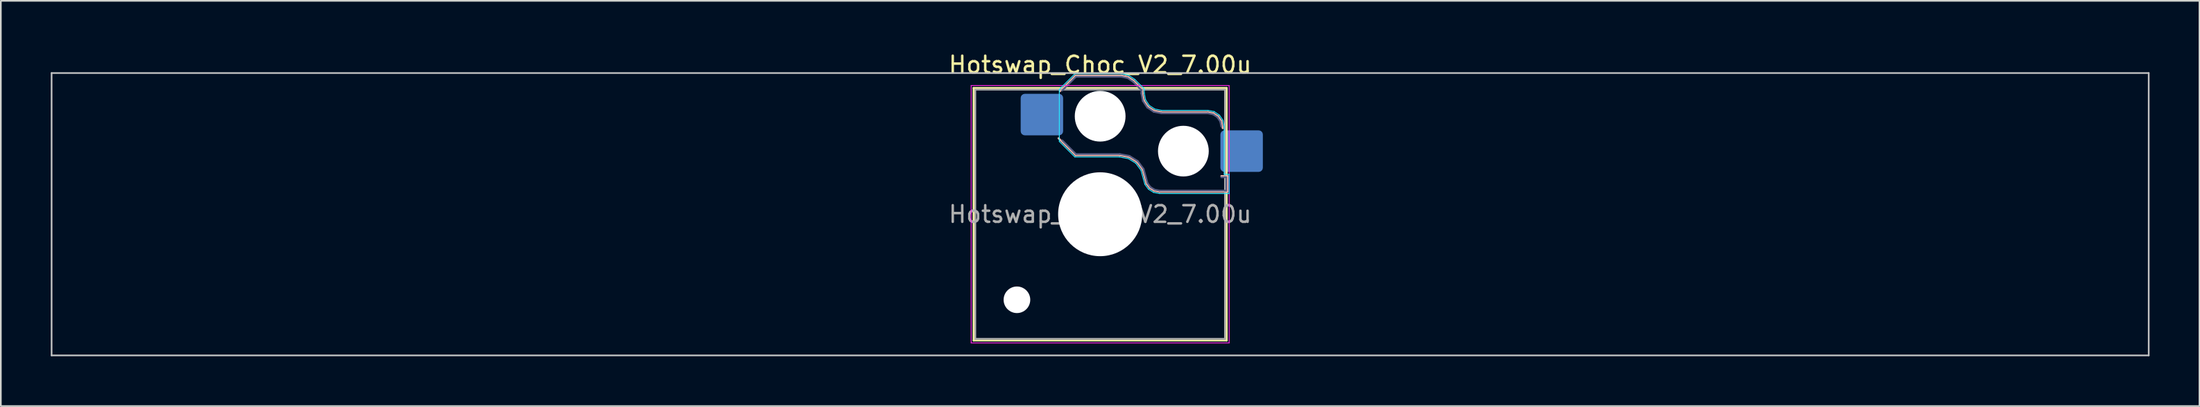
<source format=kicad_pcb>
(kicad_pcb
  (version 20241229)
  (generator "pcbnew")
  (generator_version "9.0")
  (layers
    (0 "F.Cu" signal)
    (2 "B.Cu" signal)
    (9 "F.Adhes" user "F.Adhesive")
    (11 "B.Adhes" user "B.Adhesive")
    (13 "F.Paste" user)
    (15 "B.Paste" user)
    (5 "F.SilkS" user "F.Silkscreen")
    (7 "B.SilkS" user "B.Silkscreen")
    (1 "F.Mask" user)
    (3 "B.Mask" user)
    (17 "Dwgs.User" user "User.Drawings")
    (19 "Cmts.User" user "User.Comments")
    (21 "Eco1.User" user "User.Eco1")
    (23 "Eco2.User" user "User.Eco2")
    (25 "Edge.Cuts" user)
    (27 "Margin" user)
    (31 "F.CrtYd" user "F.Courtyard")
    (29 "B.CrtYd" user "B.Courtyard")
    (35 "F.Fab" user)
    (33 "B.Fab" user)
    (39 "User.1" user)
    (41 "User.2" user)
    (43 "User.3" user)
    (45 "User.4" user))
  (footprint "Hotswap_Choc_V2_7.00u"
    (layer "F.Cu")
    (at 63.05 9.848)
    (property "Reference" "Hotswap_Choc_V2_7.00u" (at 0 -9 0) (layer "F.SilkS") (effects (font (size 1 1) (thickness 0.15))))
    (attr smd)
    (fp_line (start -7.6 -7.6) (end -7.6 7.6) (stroke (width 0.12) (type solid)) (layer "F.SilkS"))
    (fp_line (start -7.6 7.6) (end 7.6 7.6) (stroke (width 0.12) (type solid)) (layer "F.SilkS"))
    (fp_line (start 7.6 -7.6) (end -7.6 -7.6) (stroke (width 0.12) (type solid)) (layer "F.SilkS"))
    (fp_line (start 7.6 7.6) (end 7.6 -7.6) (stroke (width 0.12) (type solid)) (layer "F.SilkS"))
    (fp_line (start -2.416 -7.409) (end -1.479 -8.346) (stroke (width 0.12) (type solid)) (layer "B.SilkS"))
    (fp_line (start -1.479 -8.346) (end 1.268 -8.346) (stroke (width 0.12) (type solid)) (layer "B.SilkS"))
    (fp_line (start -1.479 -3.554) (end -2.5 -4.575) (stroke (width 0.12) (type solid)) (layer "B.SilkS"))
    (fp_line (start 1.168 -3.554) (end -1.479 -3.554) (stroke (width 0.12) (type solid)) (layer "B.SilkS"))
    (fp_line (start 1.268 -8.346) (end 1.671 -8.266) (stroke (width 0.12) (type solid)) (layer "B.SilkS"))
    (fp_line (start 1.671 -8.266) (end 2.013 -8.037) (stroke (width 0.12) (type solid)) (layer "B.SilkS"))
    (fp_line (start 1.73 -3.449) (end 1.168 -3.554) (stroke (width 0.12) (type solid)) (layer "B.SilkS"))
    (fp_line (start 2.013 -8.037) (end 2.546 -7.504) (stroke (width 0.12) (type solid)) (layer "B.SilkS"))
    (fp_line (start 2.209 -3.15) (end 1.73 -3.449) (stroke (width 0.12) (type solid)) (layer "B.SilkS"))
    (fp_line (start 2.546 -7.504) (end 2.546 -7.282) (stroke (width 0.12) (type solid)) (layer "B.SilkS"))
    (fp_line (start 2.546 -7.282) (end 2.633 -6.844) (stroke (width 0.12) (type solid)) (layer "B.SilkS"))
    (fp_line (start 2.547 -2.697) (end 2.209 -3.15) (stroke (width 0.12) (type solid)) (layer "B.SilkS"))
    (fp_line (start 2.633 -6.844) (end 2.877 -6.477) (stroke (width 0.12) (type solid)) (layer "B.SilkS"))
    (fp_line (start 2.701 -2.139) (end 2.547 -2.697) (stroke (width 0.12) (type solid)) (layer "B.SilkS"))
    (fp_line (start 2.783 -1.841) (end 2.701 -2.139) (stroke (width 0.12) (type solid)) (layer "B.SilkS"))
    (fp_line (start 2.877 -6.477) (end 3.244 -6.233) (stroke (width 0.12) (type solid)) (layer "B.SilkS"))
    (fp_line (start 2.976 -1.583) (end 2.783 -1.841) (stroke (width 0.12) (type solid)) (layer "B.SilkS"))
    (fp_line (start 3.244 -6.233) (end 3.682 -6.146) (stroke (width 0.12) (type solid)) (layer "B.SilkS"))
    (fp_line (start 3.25 -1.413) (end 2.976 -1.583) (stroke (width 0.12) (type solid)) (layer "B.SilkS"))
    (fp_line (start 3.56 -1.354) (end 3.25 -1.413) (stroke (width 0.12) (type solid)) (layer "B.SilkS"))
    (fp_line (start 3.682 -6.146) (end 6.482 -6.146) (stroke (width 0.12) (type solid)) (layer "B.SilkS"))
    (fp_line (start 6.482 -6.146) (end 6.809 -6.081) (stroke (width 0.12) (type solid)) (layer "B.SilkS"))
    (fp_line (start 6.809 -6.081) (end 7.092 -5.892) (stroke (width 0.12) (type solid)) (layer "B.SilkS"))
    (fp_line (start 7.092 -5.892) (end 7.281 -5.609) (stroke (width 0.12) (type solid)) (layer "B.SilkS"))
    (fp_line (start 7.281 -5.609) (end 7.366 -5.182) (stroke (width 0.12) (type solid)) (layer "B.SilkS"))
    (fp_line (start 7.283 -2.296) (end 7.646 -2.296) (stroke (width 0.12) (type solid)) (layer "B.SilkS"))
    (fp_line (start 7.646 -2.296) (end 7.646 -1.354) (stroke (width 0.12) (type solid)) (layer "B.SilkS"))
    (fp_line (start 7.646 -1.354) (end 3.56 -1.354) (stroke (width 0.12) (type solid)) (layer "B.SilkS"))
    (fp_line (start -63 -8.5) (end -63 8.5) (stroke (width 0.1) (type solid)) (layer "Dwgs.User"))
    (fp_line (start -63 8.5) (end 63 8.5) (stroke (width 0.1) (type solid)) (layer "Dwgs.User"))
    (fp_line (start 63 -8.5) (end -63 -8.5) (stroke (width 0.1) (type solid)) (layer "Dwgs.User"))
    (fp_line (start 63 8.5) (end 63 -8.5) (stroke (width 0.1) (type solid)) (layer "Dwgs.User"))
    (fp_line (start -7.25 -7.25) (end -7.25 7.25) (stroke (width 0.1) (type solid)) (layer "Eco1.User"))
    (fp_line (start -7.25 7.25) (end 7.25 7.25) (stroke (width 0.1) (type solid)) (layer "Eco1.User"))
    (fp_line (start 7.25 -7.25) (end -7.25 -7.25) (stroke (width 0.1) (type solid)) (layer "Eco1.User"))
    (fp_line (start 7.25 7.25) (end 7.25 -7.25) (stroke (width 0.1) (type solid)) (layer "Eco1.User"))
    (fp_line (start -2.452 -7.523) (end -1.523 -8.452) (stroke (width 0.05) (type solid)) (layer "B.CrtYd"))
    (fp_line (start -2.452 -4.377) (end -2.452 -7.523) (stroke (width 0.05) (type solid)) (layer "B.CrtYd"))
    (fp_line (start -1.523 -8.452) (end 1.278 -8.452) (stroke (width 0.05) (type solid)) (layer "B.CrtYd"))
    (fp_line (start -1.523 -3.448) (end -2.452 -4.377) (stroke (width 0.05) (type solid)) (layer "B.CrtYd"))
    (fp_line (start 1.159 -3.448) (end -1.523 -3.448) (stroke (width 0.05) (type solid)) (layer "B.CrtYd"))
    (fp_line (start 1.278 -8.452) (end 1.712 -8.366) (stroke (width 0.05) (type solid)) (layer "B.CrtYd"))
    (fp_line (start 1.691 -3.348) (end 1.159 -3.448) (stroke (width 0.05) (type solid)) (layer "B.CrtYd"))
    (fp_line (start 1.712 -8.366) (end 2.081 -8.119) (stroke (width 0.05) (type solid)) (layer "B.CrtYd"))
    (fp_line (start 2.081 -8.119) (end 2.652 -7.548) (stroke (width 0.05) (type solid)) (layer "B.CrtYd"))
    (fp_line (start 2.136 -3.071) (end 1.691 -3.348) (stroke (width 0.05) (type solid)) (layer "B.CrtYd"))
    (fp_line (start 2.45 -2.65) (end 2.136 -3.071) (stroke (width 0.05) (type solid)) (layer "B.CrtYd"))
    (fp_line (start 2.599 -2.111) (end 2.45 -2.65) (stroke (width 0.05) (type solid)) (layer "B.CrtYd"))
    (fp_line (start 2.652 -7.548) (end 2.652 -7.292) (stroke (width 0.05) (type solid)) (layer "B.CrtYd"))
    (fp_line (start 2.652 -7.292) (end 2.733 -6.885) (stroke (width 0.05) (type solid)) (layer "B.CrtYd"))
    (fp_line (start 2.687 -1.794) (end 2.599 -2.111) (stroke (width 0.05) (type solid)) (layer "B.CrtYd"))
    (fp_line (start 2.733 -6.885) (end 2.953 -6.553) (stroke (width 0.05) (type solid)) (layer "B.CrtYd"))
    (fp_line (start 2.903 -1.503) (end 2.687 -1.794) (stroke (width 0.05) (type solid)) (layer "B.CrtYd"))
    (fp_line (start 2.953 -6.553) (end 3.285 -6.333) (stroke (width 0.05) (type solid)) (layer "B.CrtYd"))
    (fp_line (start 3.211 -1.312) (end 2.903 -1.503) (stroke (width 0.05) (type solid)) (layer "B.CrtYd"))
    (fp_line (start 3.285 -6.333) (end 3.692 -6.252) (stroke (width 0.05) (type solid)) (layer "B.CrtYd"))
    (fp_line (start 3.55 -1.248) (end 3.211 -1.312) (stroke (width 0.05) (type solid)) (layer "B.CrtYd"))
    (fp_line (start 3.692 -6.252) (end 6.492 -6.252) (stroke (width 0.05) (type solid)) (layer "B.CrtYd"))
    (fp_line (start 6.492 -6.252) (end 6.85 -6.181) (stroke (width 0.05) (type solid)) (layer "B.CrtYd"))
    (fp_line (start 6.85 -6.181) (end 7.168 -5.968) (stroke (width 0.05) (type solid)) (layer "B.CrtYd"))
    (fp_line (start 7.168 -5.968) (end 7.381 -5.65) (stroke (width 0.05) (type solid)) (layer "B.CrtYd"))
    (fp_line (start 7.381 -5.65) (end 7.452 -5.292) (stroke (width 0.05) (type solid)) (layer "B.CrtYd"))
    (fp_line (start 7.452 -5.292) (end 7.452 -2.402) (stroke (width 0.05) (type solid)) (layer "B.CrtYd"))
    (fp_line (start 7.452 -2.402) (end 7.752 -2.402) (stroke (width 0.05) (type solid)) (layer "B.CrtYd"))
    (fp_line (start 7.752 -2.402) (end 7.752 -1.248) (stroke (width 0.05) (type solid)) (layer "B.CrtYd"))
    (fp_line (start 7.752 -1.248) (end 3.55 -1.248) (stroke (width 0.05) (type solid)) (layer "B.CrtYd"))
    (fp_line (start -7.75 -7.75) (end -7.75 7.75) (stroke (width 0.05) (type solid)) (layer "F.CrtYd"))
    (fp_line (start -7.75 7.75) (end 7.75 7.75) (stroke (width 0.05) (type solid)) (layer "F.CrtYd"))
    (fp_line (start 7.75 -7.75) (end -7.75 -7.75) (stroke (width 0.05) (type solid)) (layer "F.CrtYd"))
    (fp_line (start 7.75 7.75) (end 7.75 -7.75) (stroke (width 0.05) (type solid)) (layer "F.CrtYd"))
    (fp_line (start -2.275 -7.45) (end -1.45 -8.275) (stroke (width 0.1) (type solid)) (layer "B.Fab"))
    (fp_line (start -1.45 -8.275) (end 1.261 -8.275) (stroke (width 0.1) (type solid)) (layer "B.Fab"))
    (fp_line (start -1.45 -3.625) (end -2.275 -4.45) (stroke (width 0.1) (type solid)) (layer "B.Fab"))
    (fp_line (start 1.175 -3.625) (end -1.45 -3.625) (stroke (width 0.1) (type solid)) (layer "B.Fab"))
    (fp_line (start 1.261 -8.275) (end 1.643 -8.199) (stroke (width 0.1) (type solid)) (layer "B.Fab"))
    (fp_line (start 1.643 -8.199) (end 1.968 -7.982) (stroke (width 0.1) (type solid)) (layer "B.Fab"))
    (fp_line (start 1.756 -3.516) (end 1.175 -3.625) (stroke (width 0.1) (type solid)) (layer "B.Fab"))
    (fp_line (start 1.968 -7.982) (end 2.475 -7.475) (stroke (width 0.1) (type solid)) (layer "B.Fab"))
    (fp_line (start 2.258 -3.203) (end 1.756 -3.516) (stroke (width 0.1) (type solid)) (layer "B.Fab"))
    (fp_line (start 2.475 -7.475) (end 2.475 -7.275) (stroke (width 0.1) (type solid)) (layer "B.Fab"))
    (fp_line (start 2.475 -7.275) (end 2.566 -6.816) (stroke (width 0.1) (type solid)) (layer "B.Fab"))
    (fp_line (start 2.566 -6.816) (end 2.826 -6.426) (stroke (width 0.1) (type solid)) (layer "B.Fab"))
    (fp_line (start 2.612 -2.729) (end 2.258 -3.203) (stroke (width 0.1) (type solid)) (layer "B.Fab"))
    (fp_line (start 2.769 -2.158) (end 2.612 -2.729) (stroke (width 0.1) (type solid)) (layer "B.Fab"))
    (fp_line (start 2.826 -6.426) (end 3.216 -6.166) (stroke (width 0.1) (type solid)) (layer "B.Fab"))
    (fp_line (start 2.848 -1.873) (end 2.769 -2.158) (stroke (width 0.1) (type solid)) (layer "B.Fab"))
    (fp_line (start 3.025 -1.636) (end 2.848 -1.873) (stroke (width 0.1) (type solid)) (layer "B.Fab"))
    (fp_line (start 3.216 -6.166) (end 3.675 -6.075) (stroke (width 0.1) (type solid)) (layer "B.Fab"))
    (fp_line (start 3.276 -1.48) (end 3.025 -1.636) (stroke (width 0.1) (type solid)) (layer "B.Fab"))
    (fp_line (start 3.567 -1.425) (end 3.276 -1.48) (stroke (width 0.1) (type solid)) (layer "B.Fab"))
    (fp_line (start 3.675 -6.075) (end 6.475 -6.075) (stroke (width 0.1) (type solid)) (layer "B.Fab"))
    (fp_line (start 6.475 -6.075) (end 6.781 -6.014) (stroke (width 0.1) (type solid)) (layer "B.Fab"))
    (fp_line (start 6.781 -6.014) (end 7.041 -5.841) (stroke (width 0.1) (type solid)) (layer "B.Fab"))
    (fp_line (start 7.041 -5.841) (end 7.214 -5.581) (stroke (width 0.1) (type solid)) (layer "B.Fab"))
    (fp_line (start 7.214 -5.581) (end 7.275 -5.275) (stroke (width 0.1) (type solid)) (layer "B.Fab"))
    (fp_line (start 7.275 -2.225) (end 7.575 -2.225) (stroke (width 0.1) (type solid)) (layer "B.Fab"))
    (fp_line (start 7.575 -2.225) (end 7.575 -1.425) (stroke (width 0.1) (type solid)) (layer "B.Fab"))
    (fp_line (start 7.575 -1.425) (end 3.567 -1.425) (stroke (width 0.1) (type solid)) (layer "B.Fab"))
    (fp_line (start -7.5 -7.5) (end -7.5 7.5) (stroke (width 0.1) (type solid)) (layer "F.Fab"))
    (fp_line (start -7.5 7.5) (end 7.5 7.5) (stroke (width 0.1) (type solid)) (layer "F.Fab"))
    (fp_line (start 7.5 -7.5) (end -7.5 -7.5) (stroke (width 0.1) (type solid)) (layer "F.Fab"))
    (fp_line (start 7.5 7.5) (end 7.5 -7.5) (stroke (width 0.1) (type solid)) (layer "F.Fab"))
    (fp_text user "${REFERENCE}" (at 0 0 0) (layer "F.Fab") (effects (font (size 1 1) (thickness 0.15))))
    (pad "" np_thru_hole circle (at -5 5.15) (size 1.6 1.6) (drill 1.6) (layers "*.Cu" "*.Mask"))
    (pad "" np_thru_hole circle (at 0 -5.9) (size 3.05 3.05) (drill 3.05) (layers "*.Cu" "*.Mask"))
    (pad "" np_thru_hole circle (at 0 0) (size 5.05 5.05) (drill 5.05) (layers "*.Cu" "*.Mask"))
    (pad "" np_thru_hole circle (at 5 -3.8) (size 3.05 3.05) (drill 3.05) (layers "*.Cu" "*.Mask"))
    (pad "1" smd roundrect (at -3.5 -6) (size 2.55 2.5) (layers "B.Cu" "B.Mask" "B.Paste") (roundrect_rratio 0.1))
    (pad "2" smd roundrect (at 8.5 -3.8) (size 2.55 2.5) (layers "B.Cu" "B.Mask" "B.Paste") (roundrect_rratio 0.1)))
  (gr_rect
    (start -3 -3)
    (end 129.1 21.398)
    (stroke (width 0.1) (type default))
    (fill no)
    (layer "Edge.Cuts")))
</source>
